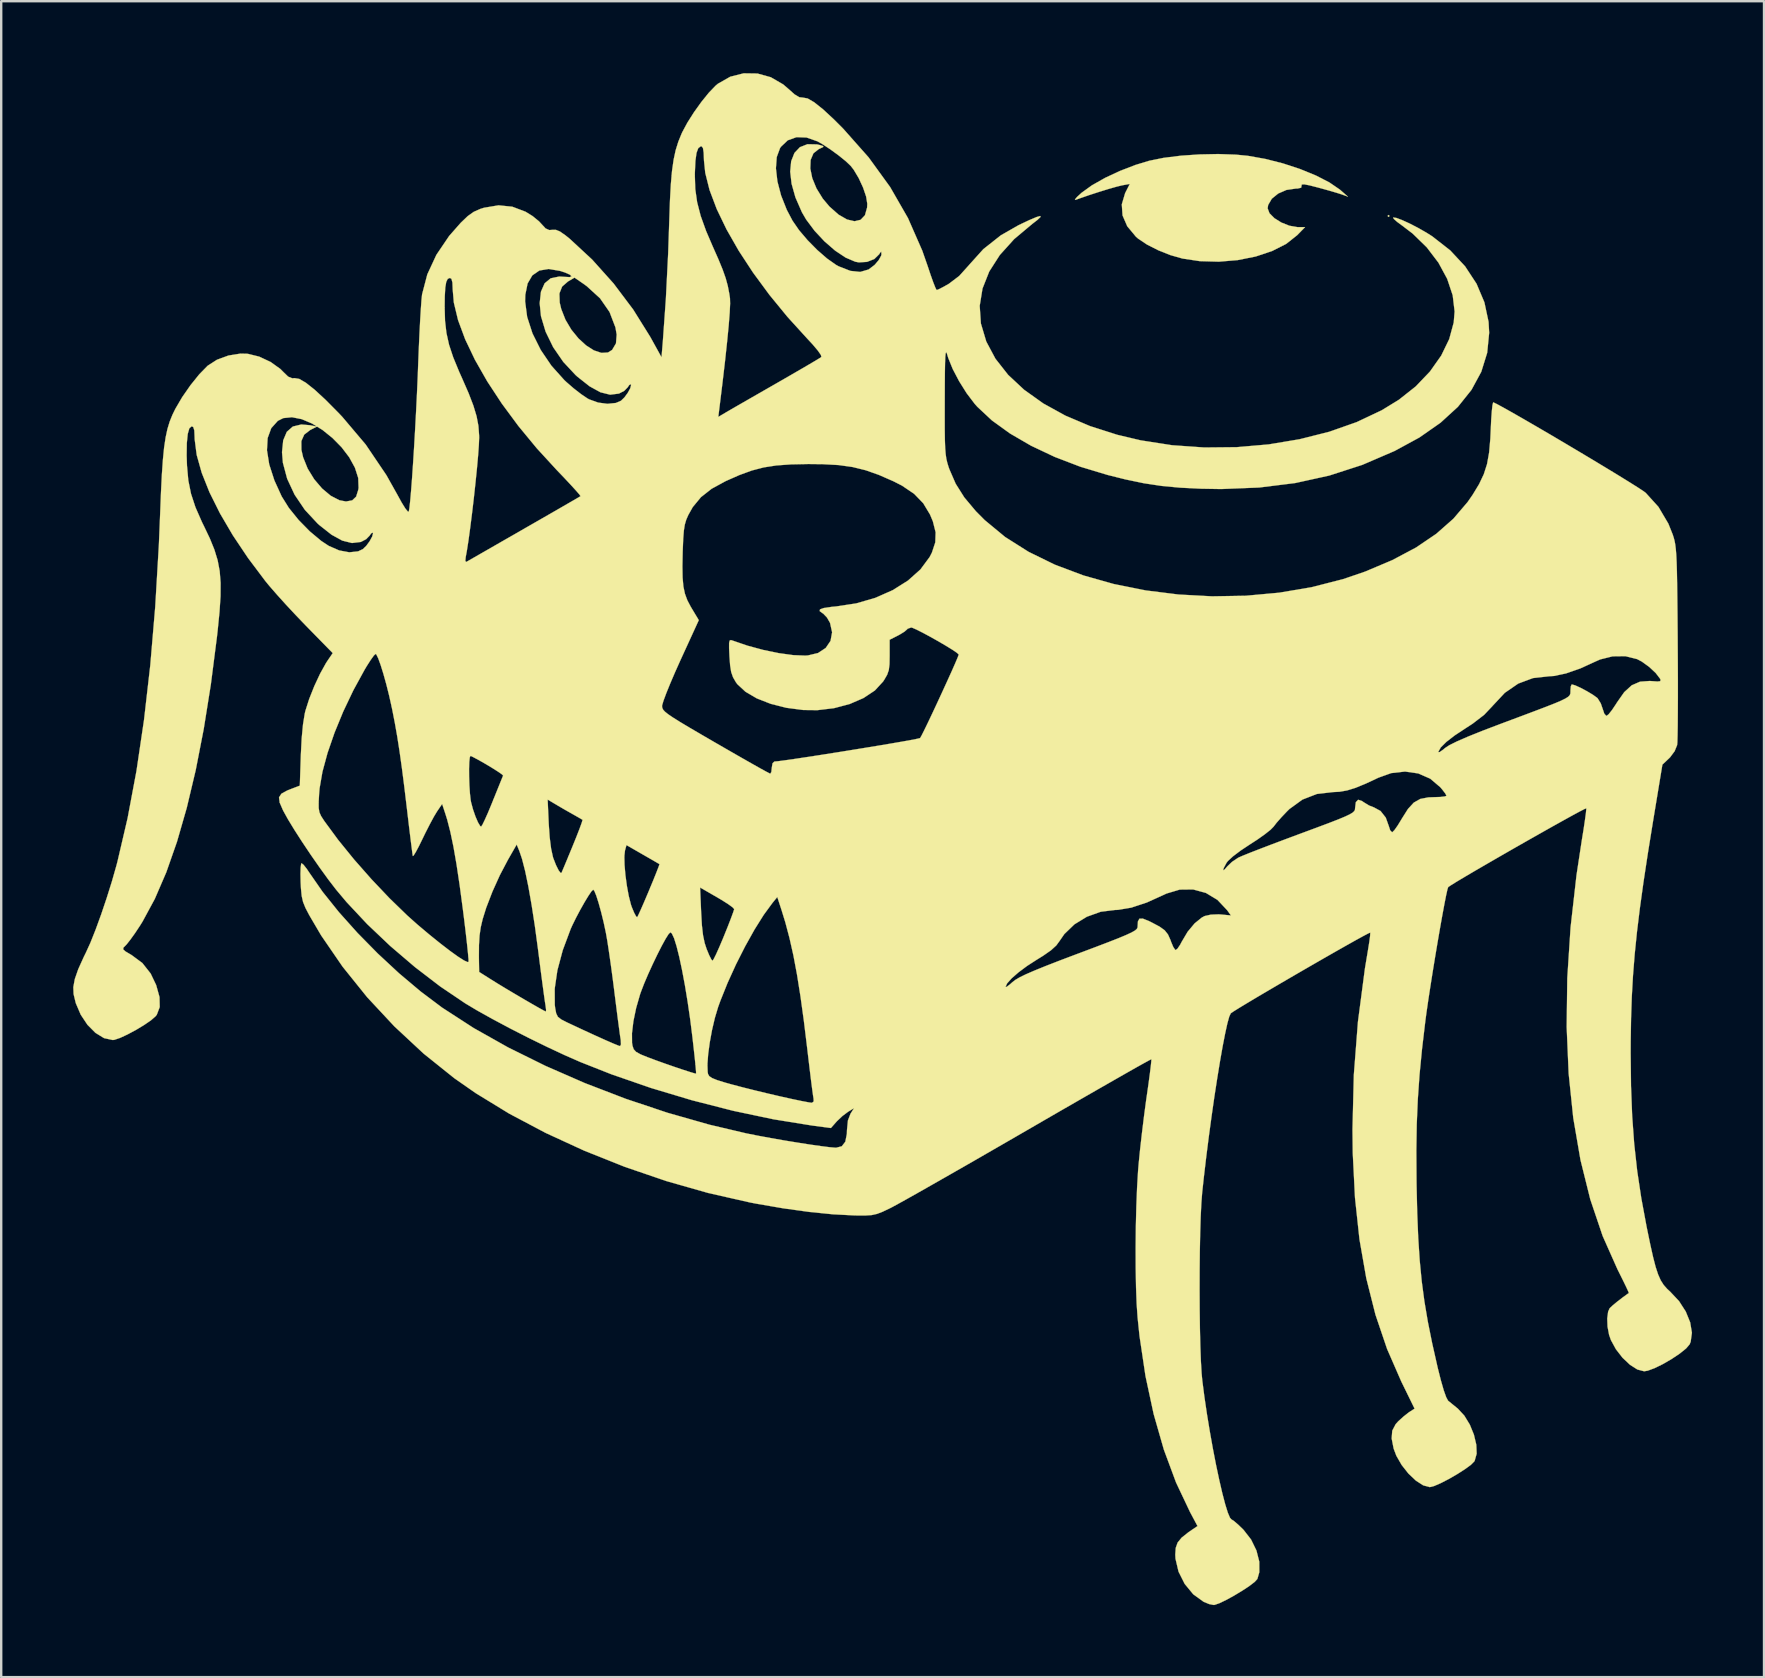
<source format=kicad_pcb>
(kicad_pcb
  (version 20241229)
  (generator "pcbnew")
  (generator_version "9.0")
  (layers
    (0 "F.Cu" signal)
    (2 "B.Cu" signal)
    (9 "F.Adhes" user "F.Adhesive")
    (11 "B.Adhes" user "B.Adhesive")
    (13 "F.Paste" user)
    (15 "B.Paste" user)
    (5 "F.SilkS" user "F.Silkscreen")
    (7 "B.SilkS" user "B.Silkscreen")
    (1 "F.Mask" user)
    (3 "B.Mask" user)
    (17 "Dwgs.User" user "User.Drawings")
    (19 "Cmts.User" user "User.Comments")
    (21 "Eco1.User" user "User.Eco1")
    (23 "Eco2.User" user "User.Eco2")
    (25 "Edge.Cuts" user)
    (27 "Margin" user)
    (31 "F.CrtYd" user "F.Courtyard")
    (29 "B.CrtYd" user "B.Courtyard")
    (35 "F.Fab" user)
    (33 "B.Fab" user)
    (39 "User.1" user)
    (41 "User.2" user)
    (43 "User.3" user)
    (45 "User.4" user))
  (footprint "perry-80mm"
    (layer "F.Cu")
    (at 33.591 31.474)
    (property "Reference" "perry-80mm" (at 0 0 0) (layer "F.SilkS") (effects (font (size 1.524 1.524) (thickness 0.3))))
    (attr through_hole)
    (fp_poly (pts (xy 21.251 -25.527) (xy 21.209 -25.485) (xy 21.167 -25.527) (xy 21.209 -25.569) (xy 21.251 -25.527)) (stroke (width 0.01) (type solid)) (fill yes) (layer "F.SilkS"))
    (fp_poly (pts (xy 14.847 -28.081) (xy 15.349 -28.032) (xy 16.075 -27.903) (xy 16.813 -27.715) (xy 17.527 -27.48) (xy 18.184 -27.211) (xy 18.746 -26.922) (xy 19.178 -26.626) (xy 19.219 -26.591) (xy 19.516 -26.332) (xy 19.262 -26.423) (xy 19.064 -26.486) (xy 18.757 -26.577) (xy 18.398 -26.677) (xy 18.272 -26.711) (xy 17.916 -26.802) (xy 17.697 -26.844) (xy 17.594 -26.838) (xy 17.583 -26.789) (xy 17.568 -26.704) (xy 17.42 -26.67) (xy 17.345 -26.668) (xy 16.956 -26.611) (xy 16.611 -26.461) (xy 16.344 -26.244) (xy 16.193 -25.985) (xy 16.171 -25.844) (xy 16.248 -25.64) (xy 16.451 -25.435) (xy 16.74 -25.254) (xy 17.073 -25.121) (xy 17.411 -25.062) (xy 17.456 -25.061) (xy 17.73 -25.061) (xy 17.402 -24.726) (xy 16.944 -24.363) (xy 16.358 -24.066) (xy 15.675 -23.838) (xy 14.924 -23.688) (xy 14.138 -23.622) (xy 13.346 -23.644) (xy 12.626 -23.752) (xy 12.125 -23.894) (xy 11.616 -24.096) (xy 11.15 -24.332) (xy 10.78 -24.578) (xy 10.682 -24.664) (xy 10.322 -25.097) (xy 10.126 -25.549) (xy 10.095 -26.01) (xy 10.232 -26.474) (xy 10.252 -26.515) (xy 10.428 -26.861) (xy 10.104 -26.802) (xy 9.882 -26.748) (xy 9.548 -26.653) (xy 9.149 -26.53) (xy 8.733 -26.395) (xy 8.346 -26.261) (xy 8.17 -26.197) (xy 8.142 -26.213) (xy 8.227 -26.315) (xy 8.406 -26.48) (xy 8.424 -26.496) (xy 8.847 -26.801) (xy 9.391 -27.11) (xy 10.013 -27.401) (xy 10.667 -27.653) (xy 11.237 -27.826) (xy 11.838 -27.948) (xy 12.552 -28.037) (xy 13.327 -28.09) (xy 14.11 -28.106) (xy 14.847 -28.081)) (stroke (width 0.01) (type solid)) (fill yes) (layer "F.SilkS"))
    (fp_poly (pts (xy -5.086 -31.461) (xy -4.527 -31.306) (xy -4.01 -31.006) (xy -3.801 -30.826) (xy -3.536 -30.591) (xy -3.342 -30.474) (xy -3.189 -30.457) (xy -3.188 -30.457) (xy -2.995 -30.423) (xy -2.718 -30.262) (xy -2.352 -29.97) (xy -1.895 -29.546) (xy -1.509 -29.159) (xy -0.453 -27.968) (xy 0.444 -26.731) (xy 1.187 -25.438) (xy 1.783 -24.08) (xy 2.004 -23.447) (xy 2.132 -23.065) (xy 2.245 -22.749) (xy 2.332 -22.53) (xy 2.382 -22.44) (xy 2.384 -22.439) (xy 2.481 -22.478) (xy 2.678 -22.58) (xy 2.892 -22.702) (xy 3.321 -23.027) (xy 3.721 -23.471) (xy 3.732 -23.485) (xy 4.326 -24.144) (xy 5.052 -24.718) (xy 5.8 -25.146) (xy 6.245 -25.356) (xy 6.544 -25.482) (xy 6.699 -25.525) (xy 6.711 -25.486) (xy 6.582 -25.363) (xy 6.361 -25.192) (xy 5.61 -24.562) (xy 5.013 -23.9) (xy 4.572 -23.212) (xy 4.292 -22.504) (xy 4.175 -21.782) (xy 4.224 -21.052) (xy 4.226 -21.042) (xy 4.449 -20.294) (xy 4.83 -19.58) (xy 5.359 -18.907) (xy 6.027 -18.284) (xy 6.825 -17.715) (xy 7.743 -17.209) (xy 8.772 -16.772) (xy 9.904 -16.41) (xy 10.88 -16.179) (xy 12.19 -15.975) (xy 13.53 -15.881) (xy 14.878 -15.894) (xy 16.21 -16.009) (xy 17.503 -16.225) (xy 18.735 -16.535) (xy 19.883 -16.939) (xy 20.923 -17.431) (xy 21.638 -17.869) (xy 22.341 -18.425) (xy 22.933 -19.045) (xy 23.402 -19.708) (xy 23.736 -20.396) (xy 23.924 -21.089) (xy 23.961 -21.548) (xy 23.881 -22.221) (xy 23.651 -22.908) (xy 23.286 -23.582) (xy 22.801 -24.219) (xy 22.211 -24.794) (xy 21.787 -25.117) (xy 21.565 -25.281) (xy 21.426 -25.405) (xy 21.397 -25.463) (xy 21.399 -25.463) (xy 21.533 -25.445) (xy 21.776 -25.354) (xy 22.091 -25.21) (xy 22.441 -25.029) (xy 22.791 -24.829) (xy 23.029 -24.678) (xy 23.779 -24.092) (xy 24.397 -23.429) (xy 24.874 -22.703) (xy 25.202 -21.928) (xy 25.375 -21.116) (xy 25.4 -20.659) (xy 25.318 -19.827) (xy 25.072 -19.035) (xy 24.664 -18.283) (xy 24.098 -17.575) (xy 23.373 -16.912) (xy 22.494 -16.298) (xy 21.463 -15.737) (xy 20.115 -15.157) (xy 18.739 -14.712) (xy 17.315 -14.399) (xy 15.82 -14.213) (xy 14.236 -14.15) (xy 13.391 -14.164) (xy 12.524 -14.207) (xy 11.756 -14.279) (xy 11.02 -14.39) (xy 10.252 -14.55) (xy 9.5 -14.738) (xy 8.367 -15.08) (xy 7.299 -15.489) (xy 6.316 -15.954) (xy 5.438 -16.464) (xy 4.685 -17.008) (xy 4.077 -17.576) (xy 3.965 -17.702) (xy 3.632 -18.141) (xy 3.317 -18.643) (xy 3.05 -19.152) (xy 2.864 -19.611) (xy 2.834 -19.71) (xy 2.802 -19.813) (xy 2.776 -19.849) (xy 2.756 -19.803) (xy 2.742 -19.661) (xy 2.732 -19.407) (xy 2.725 -19.029) (xy 2.721 -18.51) (xy 2.719 -17.836) (xy 2.719 -17.822) (xy 2.718 -17.136) (xy 2.719 -16.595) (xy 2.725 -16.176) (xy 2.737 -15.854) (xy 2.757 -15.608) (xy 2.785 -15.411) (xy 2.825 -15.242) (xy 2.876 -15.075) (xy 2.911 -14.976) (xy 3.174 -14.371) (xy 3.534 -13.8) (xy 4.015 -13.226) (xy 4.384 -12.855) (xy 5.233 -12.153) (xy 6.213 -11.533) (xy 7.307 -10.998) (xy 8.497 -10.55) (xy 9.764 -10.192) (xy 11.092 -9.926) (xy 12.462 -9.755) (xy 13.856 -9.68) (xy 15.257 -9.704) (xy 16.647 -9.831) (xy 18.008 -10.061) (xy 19.321 -10.398) (xy 20.233 -10.71) (xy 21.372 -11.192) (xy 22.355 -11.714) (xy 23.197 -12.285) (xy 23.908 -12.912) (xy 24.5 -13.605) (xy 24.71 -13.908) (xy 24.98 -14.353) (xy 25.176 -14.766) (xy 25.312 -15.19) (xy 25.398 -15.67) (xy 25.449 -16.25) (xy 25.466 -16.619) (xy 25.485 -17.039) (xy 25.51 -17.388) (xy 25.537 -17.637) (xy 25.565 -17.756) (xy 25.573 -17.762) (xy 25.723 -17.69) (xy 25.998 -17.541) (xy 26.377 -17.328) (xy 26.841 -17.062) (xy 27.371 -16.755) (xy 27.946 -16.419) (xy 28.547 -16.064) (xy 29.154 -15.703) (xy 29.748 -15.348) (xy 30.309 -15.009) (xy 30.817 -14.7) (xy 31.254 -14.43) (xy 31.598 -14.213) (xy 31.831 -14.06) (xy 31.923 -13.991) (xy 32.453 -13.406) (xy 32.865 -12.709) (xy 33.047 -12.255) (xy 33.089 -12.125) (xy 33.124 -11.992) (xy 33.153 -11.839) (xy 33.176 -11.651) (xy 33.195 -11.411) (xy 33.21 -11.104) (xy 33.222 -10.712) (xy 33.231 -10.219) (xy 33.239 -9.61) (xy 33.247 -8.868) (xy 33.254 -7.976) (xy 33.255 -7.747) (xy 33.26 -6.932) (xy 33.263 -6.161) (xy 33.263 -5.453) (xy 33.26 -4.824) (xy 33.256 -4.295) (xy 33.249 -3.882) (xy 33.241 -3.603) (xy 33.231 -3.483) (xy 33.127 -3.227) (xy 32.934 -2.969) (xy 32.897 -2.933) (xy 32.617 -2.667) (xy 32.225 -0.296) (xy 32.01 1.036) (xy 31.829 2.229) (xy 31.679 3.309) (xy 31.558 4.3) (xy 31.463 5.23) (xy 31.392 6.124) (xy 31.342 7.007) (xy 31.312 7.907) (xy 31.297 8.848) (xy 31.295 9.356) (xy 31.31 10.725) (xy 31.358 11.971) (xy 31.443 13.136) (xy 31.568 14.264) (xy 31.739 15.399) (xy 31.959 16.583) (xy 31.97 16.637) (xy 32.11 17.314) (xy 32.229 17.847) (xy 32.336 18.26) (xy 32.44 18.575) (xy 32.548 18.817) (xy 32.669 19.008) (xy 32.813 19.171) (xy 32.944 19.292) (xy 33.311 19.683) (xy 33.592 20.12) (xy 33.775 20.57) (xy 33.847 21.001) (xy 33.795 21.379) (xy 33.751 21.484) (xy 33.604 21.656) (xy 33.343 21.866) (xy 33.011 22.089) (xy 32.649 22.3) (xy 32.3 22.472) (xy 32.007 22.581) (xy 31.857 22.606) (xy 31.575 22.532) (xy 31.264 22.333) (xy 30.955 22.041) (xy 30.681 21.688) (xy 30.473 21.307) (xy 30.397 21.092) (xy 30.332 20.747) (xy 30.319 20.405) (xy 30.356 20.123) (xy 30.419 19.981) (xy 30.532 19.874) (xy 30.729 19.71) (xy 30.957 19.534) (xy 31.16 19.386) (xy 31.22 19.347) (xy 31.191 19.271) (xy 31.1 19.074) (xy 30.958 18.783) (xy 30.781 18.427) (xy 30.75 18.367) (xy 30.128 16.968) (xy 29.613 15.444) (xy 29.205 13.803) (xy 28.904 12.054) (xy 28.712 10.202) (xy 28.629 8.256) (xy 28.655 6.223) (xy 28.792 4.112) (xy 29.04 1.929) (xy 29.261 0.476) (xy 29.333 0.033) (xy 29.39 -0.351) (xy 29.43 -0.645) (xy 29.447 -0.817) (xy 29.446 -0.848) (xy 29.372 -0.819) (xy 29.17 -0.715) (xy 28.861 -0.548) (xy 28.463 -0.328) (xy 27.995 -0.067) (xy 27.476 0.226) (xy 26.927 0.537) (xy 26.364 0.858) (xy 25.809 1.177) (xy 25.28 1.483) (xy 24.796 1.764) (xy 24.377 2.011) (xy 24.04 2.212) (xy 23.807 2.357) (xy 23.695 2.433) (xy 23.692 2.436) (xy 23.66 2.536) (xy 23.606 2.78) (xy 23.534 3.146) (xy 23.448 3.609) (xy 23.352 4.148) (xy 23.25 4.738) (xy 23.146 5.357) (xy 23.044 5.982) (xy 22.948 6.59) (xy 22.861 7.157) (xy 22.788 7.661) (xy 22.741 8.013) (xy 22.603 9.178) (xy 22.499 10.25) (xy 22.427 11.279) (xy 22.383 12.314) (xy 22.366 13.407) (xy 22.373 14.608) (xy 22.376 14.859) (xy 22.403 16.023) (xy 22.445 17.053) (xy 22.506 17.985) (xy 22.59 18.853) (xy 22.702 19.693) (xy 22.845 20.54) (xy 23.024 21.43) (xy 23.242 22.397) (xy 23.258 22.467) (xy 23.389 22.986) (xy 23.508 23.4) (xy 23.611 23.688) (xy 23.689 23.832) (xy 23.695 23.836) (xy 23.853 23.965) (xy 24.059 24.133) (xy 24.092 24.159) (xy 24.366 24.454) (xy 24.595 24.83) (xy 24.765 25.247) (xy 24.864 25.665) (xy 24.879 26.041) (xy 24.796 26.336) (xy 24.78 26.362) (xy 24.639 26.504) (xy 24.387 26.688) (xy 24.068 26.892) (xy 23.72 27.093) (xy 23.387 27.265) (xy 23.109 27.386) (xy 22.926 27.432) (xy 22.926 27.432) (xy 22.651 27.358) (xy 22.344 27.159) (xy 22.035 26.866) (xy 21.755 26.511) (xy 21.533 26.125) (xy 21.42 25.826) (xy 21.338 25.405) (xy 21.363 25.08) (xy 21.503 24.811) (xy 21.611 24.691) (xy 21.831 24.492) (xy 22.041 24.326) (xy 22.09 24.293) (xy 22.293 24.163) (xy 21.736 23.025) (xy 21.148 21.678) (xy 20.664 20.251) (xy 20.281 18.732) (xy 19.997 17.11) (xy 19.81 15.373) (xy 19.717 13.511) (xy 19.706 12.531) (xy 19.762 10.258) (xy 19.933 8.044) (xy 20.225 5.82) (xy 20.355 5.038) (xy 20.406 4.721) (xy 20.439 4.475) (xy 20.447 4.342) (xy 20.444 4.33) (xy 20.366 4.363) (xy 20.161 4.471) (xy 19.849 4.642) (xy 19.448 4.867) (xy 18.977 5.134) (xy 18.456 5.432) (xy 17.904 5.75) (xy 17.339 6.077) (xy 16.781 6.402) (xy 16.249 6.714) (xy 15.761 7.001) (xy 15.338 7.254) (xy 14.997 7.46) (xy 14.758 7.609) (xy 14.641 7.689) (xy 14.635 7.694) (xy 14.572 7.828) (xy 14.493 8.113) (xy 14.401 8.531) (xy 14.297 9.063) (xy 14.186 9.693) (xy 14.07 10.402) (xy 13.951 11.173) (xy 13.834 11.988) (xy 13.72 12.829) (xy 13.612 13.679) (xy 13.513 14.519) (xy 13.444 15.155) (xy 13.41 15.593) (xy 13.382 16.165) (xy 13.361 16.842) (xy 13.346 17.596) (xy 13.338 18.4) (xy 13.336 19.226) (xy 13.34 20.044) (xy 13.35 20.828) (xy 13.367 21.548) (xy 13.39 22.178) (xy 13.42 22.689) (xy 13.448 22.987) (xy 13.537 23.676) (xy 13.643 24.392) (xy 13.762 25.115) (xy 13.889 25.826) (xy 14.021 26.505) (xy 14.154 27.13) (xy 14.282 27.684) (xy 14.403 28.145) (xy 14.511 28.494) (xy 14.603 28.71) (xy 14.66 28.774) (xy 14.775 28.85) (xy 14.963 29.013) (xy 15.164 29.208) (xy 15.481 29.615) (xy 15.704 30.072) (xy 15.823 30.539) (xy 15.824 30.976) (xy 15.743 31.259) (xy 15.632 31.381) (xy 15.408 31.552) (xy 15.11 31.749) (xy 14.777 31.95) (xy 14.448 32.131) (xy 14.163 32.268) (xy 13.961 32.338) (xy 13.922 32.342) (xy 13.733 32.304) (xy 13.507 32.211) (xy 13.504 32.21) (xy 13.071 31.896) (xy 12.714 31.463) (xy 12.459 30.955) (xy 12.332 30.415) (xy 12.323 30.247) (xy 12.342 29.965) (xy 12.421 29.742) (xy 12.587 29.538) (xy 12.867 29.315) (xy 13.04 29.196) (xy 13.25 29.055) (xy 12.941 28.477) (xy 12.356 27.242) (xy 11.848 25.873) (xy 11.422 24.387) (xy 11.082 22.805) (xy 10.834 21.143) (xy 10.753 20.362) (xy 10.714 19.794) (xy 10.688 19.094) (xy 10.674 18.3) (xy 10.672 17.452) (xy 10.68 16.585) (xy 10.701 15.738) (xy 10.732 14.949) (xy 10.773 14.256) (xy 10.797 13.97) (xy 10.857 13.366) (xy 10.936 12.669) (xy 11.024 11.954) (xy 11.112 11.294) (xy 11.14 11.103) (xy 11.208 10.626) (xy 11.264 10.21) (xy 11.304 9.883) (xy 11.326 9.672) (xy 11.327 9.605) (xy 11.251 9.642) (xy 11.04 9.757) (xy 10.706 9.943) (xy 10.262 10.195) (xy 9.719 10.505) (xy 9.088 10.866) (xy 8.381 11.272) (xy 7.611 11.715) (xy 6.789 12.19) (xy 6.178 12.544) (xy 5.306 13.048) (xy 4.463 13.534) (xy 3.662 13.995) (xy 2.917 14.421) (xy 2.242 14.806) (xy 1.65 15.142) (xy 1.155 15.421) (xy 0.771 15.634) (xy 0.512 15.775) (xy 0.423 15.82) (xy 0.126 15.961) (xy -0.104 16.049) (xy -0.322 16.098) (xy -0.583 16.115) (xy -0.943 16.114) (xy -1.072 16.111) (xy -1.937 16.066) (xy -2.925 15.967) (xy -4.002 15.818) (xy -5.133 15.623) (xy -5.393 15.573) (xy -7.135 15.178) (xy -8.883 14.68) (xy -10.612 14.089) (xy -12.296 13.417) (xy -13.909 12.675) (xy -15.426 11.872) (xy -16.819 11.02) (xy -17.714 10.396) (xy -18.994 9.37) (xy -20.212 8.236) (xy -21.345 7.021) (xy -22.368 5.749) (xy -23.261 4.448) (xy -23.758 3.601) (xy -23.916 3.299) (xy -24.015 3.053) (xy -24.072 2.802) (xy -24.103 2.482) (xy -24.116 2.225) (xy -24.123 1.884) (xy -24.115 1.618) (xy -24.094 1.463) (xy -24.077 1.439) (xy -23.994 1.505) (xy -23.86 1.675) (xy -23.756 1.83) (xy -23.201 2.63) (xy -22.521 3.478) (xy -21.745 4.345) (xy -20.9 5.204) (xy -20.015 6.026) (xy -19.116 6.783) (xy -18.231 7.448) (xy -18.203 7.467) (xy -16.907 8.306) (xy -15.469 9.115) (xy -13.915 9.883) (xy -12.274 10.6) (xy -10.57 11.255) (xy -8.832 11.836) (xy -7.085 12.333) (xy -5.546 12.695) (xy -5.08 12.788) (xy -4.549 12.886) (xy -3.988 12.985) (xy -3.426 13.077) (xy -2.897 13.16) (xy -2.433 13.226) (xy -2.066 13.272) (xy -1.828 13.292) (xy -1.805 13.292) (xy -1.571 13.232) (xy -1.424 13.042) (xy -1.359 12.713) (xy -1.355 12.564) (xy -1.315 12.156) (xy -1.206 11.872) (xy -1.058 11.642) (xy -1.312 11.797) (xy -1.543 11.97) (xy -1.772 12.187) (xy -1.795 12.212) (xy -2.023 12.471) (xy -2.811 12.367) (xy -4.414 12.108) (xy -6.098 11.753) (xy -7.817 11.313) (xy -9.522 10.802) (xy -11.167 10.233) (xy -12.461 9.722) (xy -13.119 9.433) (xy -13.854 9.089) (xy -14.626 8.711) (xy -15.396 8.318) (xy -16.123 7.93) (xy -16.77 7.569) (xy -17.257 7.278) (xy -18.301 6.573) (xy -19.355 5.765) (xy -20.382 4.888) (xy -21.344 3.975) (xy -22.202 3.059) (xy -22.638 2.54) (xy -22.961 2.12) (xy -23.318 1.627) (xy -23.688 1.096) (xy -24.047 0.56) (xy -24.374 0.052) (xy -24.645 -0.393) (xy -24.838 -0.742) (xy -24.856 -0.778) (xy -24.991 -1.091) (xy -24.992 -1.104) (xy -23.365 -1.104) (xy -23.364 -0.857) (xy -23.333 -0.68) (xy -23.263 -0.524) (xy -23.144 -0.339) (xy -23.118 -0.302) (xy -22.555 0.464) (xy -21.891 1.282) (xy -21.163 2.108) (xy -20.412 2.9) (xy -19.676 3.614) (xy -19.255 3.99) (xy -18.759 4.408) (xy -18.3 4.778) (xy -17.895 5.09) (xy -17.558 5.332) (xy -17.307 5.491) (xy -17.156 5.558) (xy -17.119 5.545) (xy -17.122 5.432) (xy -17.13 5.345) (xy -16.689 5.345) (xy -16.687 5.504) (xy -16.679 5.969) (xy -16.15 6.303) (xy -15.882 6.469) (xy -15.551 6.67) (xy -15.186 6.887) (xy -14.817 7.104) (xy -14.474 7.303) (xy -14.187 7.467) (xy -13.985 7.578) (xy -13.899 7.62) (xy -13.898 7.62) (xy -13.89 7.547) (xy -13.913 7.37) (xy -13.917 7.345) (xy -13.942 7.185) (xy -13.984 6.884) (xy -14.013 6.664) (xy -13.531 6.664) (xy -13.528 7.339) (xy -13.511 7.477) (xy -13.47 7.694) (xy -13.4 7.836) (xy -13.26 7.947) (xy -13.012 8.074) (xy -12.971 8.093) (xy -12.377 8.371) (xy -11.853 8.612) (xy -11.416 8.809) (xy -11.083 8.954) (xy -10.873 9.039) (xy -10.807 9.059) (xy -10.771 8.987) (xy -10.779 8.81) (xy -10.783 8.784) (xy -10.809 8.618) (xy -10.822 8.522) (xy -10.312 8.522) (xy -10.309 8.924) (xy -10.29 9.044) (xy -10.24 9.19) (xy -10.139 9.3) (xy -9.95 9.404) (xy -9.668 9.519) (xy -9.314 9.651) (xy -8.926 9.79) (xy -8.537 9.925) (xy -8.181 10.045) (xy -7.891 10.138) (xy -7.7 10.195) (xy -7.64 10.205) (xy -7.643 10.119) (xy -7.662 9.893) (xy -7.669 9.823) (xy -7.169 9.823) (xy -7.158 10.14) (xy -7.143 10.221) (xy -7.094 10.308) (xy -6.978 10.388) (xy -6.768 10.474) (xy -6.437 10.577) (xy -6.152 10.657) (xy -5.696 10.777) (xy -5.185 10.905) (xy -4.651 11.034) (xy -4.126 11.156) (xy -3.645 11.263) (xy -3.238 11.348) (xy -2.94 11.404) (xy -2.814 11.421) (xy -2.741 11.362) (xy -2.748 11.239) (xy -2.77 11.102) (xy -2.808 10.823) (xy -2.858 10.431) (xy -2.916 9.952) (xy -2.98 9.415) (xy -3.007 9.186) (xy -3.15 8.012) (xy -3.292 6.984) (xy -3.354 6.596) (xy 5.249 6.596) (xy 5.303 6.586) (xy 5.44 6.482) (xy 5.538 6.394) (xy 5.659 6.3) (xy 5.842 6.192) (xy 6.103 6.065) (xy 6.458 5.911) (xy 6.923 5.722) (xy 7.515 5.492) (xy 8.25 5.214) (xy 8.289 5.2) (xy 8.985 4.938) (xy 9.538 4.727) (xy 9.964 4.56) (xy 10.279 4.428) (xy 10.499 4.326) (xy 10.64 4.246) (xy 10.718 4.18) (xy 10.749 4.122) (xy 10.753 4.093) (xy 10.767 3.862) (xy 10.831 3.749) (xy 10.971 3.747) (xy 11.217 3.845) (xy 11.342 3.907) (xy 11.67 4.081) (xy 11.882 4.234) (xy 12.019 4.407) (xy 12.124 4.64) (xy 12.15 4.716) (xy 12.237 4.924) (xy 12.318 5.046) (xy 12.335 5.057) (xy 12.412 5.003) (xy 12.525 4.837) (xy 12.592 4.71) (xy 12.838 4.295) (xy 13.13 3.945) (xy 13.432 3.7) (xy 13.547 3.64) (xy 13.803 3.582) (xy 14.126 3.569) (xy 14.222 3.575) (xy 14.641 3.615) (xy 14.483 3.395) (xy 14.08 2.967) (xy 13.599 2.677) (xy 13.066 2.532) (xy 12.509 2.538) (xy 11.955 2.703) (xy 11.865 2.746) (xy 11.137 3.076) (xy 10.488 3.29) (xy 9.933 3.383) (xy 9.812 3.387) (xy 9.218 3.461) (xy 8.641 3.668) (xy 8.122 3.985) (xy 7.7 4.392) (xy 7.513 4.664) (xy 7.367 4.864) (xy 7.144 5.067) (xy 6.814 5.297) (xy 6.552 5.459) (xy 6.149 5.719) (xy 5.791 5.986) (xy 5.505 6.236) (xy 5.316 6.448) (xy 5.249 6.596) (xy -3.354 6.596) (xy -3.436 6.081) (xy -3.586 5.282) (xy -3.748 4.562) (xy -3.923 3.902) (xy -4.08 3.392) (xy -4.258 2.847) (xy -4.461 3.096) (xy -4.82 3.586) (xy -5.206 4.201) (xy -5.599 4.905) (xy -5.981 5.66) (xy -6.331 6.429) (xy -6.63 7.174) (xy -6.724 7.434) (xy -6.859 7.885) (xy -6.977 8.389) (xy -7.072 8.908) (xy -7.138 9.399) (xy -7.169 9.823) (xy -7.669 9.823) (xy -7.696 9.553) (xy -7.743 9.127) (xy -7.79 8.713) (xy -7.885 7.953) (xy -7.992 7.218) (xy -8.106 6.526) (xy -8.224 5.897) (xy -8.341 5.347) (xy -8.454 4.897) (xy -8.558 4.564) (xy -8.651 4.366) (xy -8.711 4.318) (xy -8.786 4.391) (xy -8.912 4.591) (xy -9.075 4.888) (xy -9.26 5.253) (xy -9.454 5.657) (xy -9.642 6.07) (xy -9.809 6.462) (xy -9.941 6.806) (xy -9.974 6.9) (xy -10.138 7.469) (xy -10.253 8.024) (xy -10.312 8.522) (xy -10.822 8.522) (xy -10.85 8.313) (xy -10.905 7.901) (xy -10.967 7.412) (xy -11.035 6.876) (xy -11.047 6.773) (xy -11.121 6.197) (xy -11.198 5.629) (xy -11.273 5.109) (xy -11.339 4.676) (xy -11.393 4.37) (xy -11.394 4.36) (xy -11.49 3.909) (xy -11.596 3.477) (xy -11.702 3.094) (xy -11.799 2.79) (xy -11.879 2.596) (xy -11.926 2.54) (xy -11.999 2.61) (xy -12.126 2.797) (xy -12.29 3.067) (xy -12.47 3.386) (xy -12.646 3.718) (xy -12.799 4.029) (xy -12.867 4.181) (xy -13.196 5.063) (xy -13.419 5.898) (xy -13.531 6.664) (xy -14.013 6.664) (xy -14.04 6.469) (xy -14.106 5.968) (xy -14.178 5.407) (xy -14.225 5.038) (xy -14.356 4.064) (xy -14.492 3.184) (xy -14.628 2.412) (xy -14.762 1.766) (xy -14.892 1.26) (xy -14.999 0.944) (xy -15.115 0.66) (xy -15.477 1.292) (xy -15.815 1.934) (xy -16.126 2.622) (xy -16.384 3.291) (xy -16.533 3.768) (xy -16.613 4.109) (xy -16.662 4.451) (xy -16.686 4.846) (xy -16.689 5.345) (xy -17.13 5.345) (xy -17.145 5.177) (xy -17.184 4.802) (xy -17.237 4.333) (xy -17.302 3.793) (xy -17.354 3.381) (xy -17.491 2.355) (xy -17.622 1.483) (xy -17.75 0.748) (xy -17.879 0.133) (xy -18.01 -0.377) (xy -18.086 -0.62) (xy -18.221 -1.029) (xy -18.435 -0.715) (xy -18.563 -0.503) (xy -18.734 -0.186) (xy -18.922 0.183) (xy -19.033 0.412) (xy -19.191 0.734) (xy -19.322 0.98) (xy -19.412 1.122) (xy -19.442 1.141) (xy -19.459 1.036) (xy -19.491 0.788) (xy -19.537 0.423) (xy -19.593 -0.034) (xy -19.655 -0.559) (xy -19.684 -0.804) (xy -19.796 -1.737) (xy -19.893 -2.495) (xy -17.099 -2.495) (xy -17.097 -2.156) (xy -17.085 -1.8) (xy -17.063 -1.467) (xy -17.032 -1.194) (xy -17.015 -1.101) (xy -16.935 -0.803) (xy -16.833 -0.509) (xy -16.728 -0.265) (xy -16.637 -0.113) (xy -16.597 -0.085) (xy -16.546 -0.159) (xy -16.447 -0.361) (xy -16.312 -0.663) (xy -16.157 -1.036) (xy -16.123 -1.12) (xy -16.085 -1.214) (xy -13.825 -1.214) (xy -13.78 -0.205) (xy -13.741 0.357) (xy -13.681 0.832) (xy -13.604 1.183) (xy -13.59 1.228) (xy -13.477 1.517) (xy -13.369 1.734) (xy -13.285 1.844) (xy -13.251 1.844) (xy -13.215 1.761) (xy -13.126 1.551) (xy -12.997 1.242) (xy -12.96 1.152) (xy -10.63 1.152) (xy -10.622 1.508) (xy -10.585 1.934) (xy -10.524 2.382) (xy -10.446 2.806) (xy -10.356 3.159) (xy -10.323 3.258) (xy -10.222 3.501) (xy -10.138 3.656) (xy -10.096 3.689) (xy -10.047 3.597) (xy -9.947 3.379) (xy -9.809 3.064) (xy -9.647 2.683) (xy -9.598 2.566) (xy -9.55 2.45) (xy -7.474 2.45) (xy -7.43 3.49) (xy -7.399 4.026) (xy -7.352 4.438) (xy -7.283 4.767) (xy -7.201 5.016) (xy -7.095 5.271) (xy -7.005 5.448) (xy -6.957 5.503) (xy -6.906 5.429) (xy -6.805 5.227) (xy -6.67 4.925) (xy -6.512 4.553) (xy -6.477 4.466) (xy -6.319 4.075) (xy -6.189 3.739) (xy -6.097 3.489) (xy -6.055 3.358) (xy -6.054 3.349) (xy -6.122 3.275) (xy -6.307 3.141) (xy -6.577 2.97) (xy -6.764 2.86) (xy -7.474 2.45) (xy -9.55 2.45) (xy -9.436 2.176) (xy -9.303 1.846) (xy -9.26 1.736) (xy 14.316 1.736) (xy 14.377 1.702) (xy 14.486 1.575) (xy 14.684 1.385) (xy 14.937 1.215) (xy 14.973 1.196) (xy 15.132 1.127) (xy 15.426 1.008) (xy 15.832 0.85) (xy 16.326 0.661) (xy 16.884 0.451) (xy 17.482 0.228) (xy 17.547 0.204) (xy 18.207 -0.041) (xy 18.725 -0.235) (xy 19.118 -0.388) (xy 19.403 -0.507) (xy 19.598 -0.6) (xy 19.719 -0.674) (xy 19.784 -0.738) (xy 19.81 -0.8) (xy 19.813 -0.846) (xy 19.845 -1.103) (xy 19.94 -1.205) (xy 20.102 -1.153) (xy 20.164 -1.108) (xy 20.395 -0.967) (xy 20.603 -0.885) (xy 20.876 -0.736) (xy 21.092 -0.462) (xy 21.217 -0.115) (xy 21.277 0.069) (xy 21.353 0.146) (xy 21.367 0.145) (xy 21.453 0.06) (xy 21.59 -0.134) (xy 21.75 -0.396) (xy 21.763 -0.419) (xy 22.017 -0.821) (xy 22.26 -1.086) (xy 22.531 -1.239) (xy 22.867 -1.304) (xy 23.091 -1.312) (xy 23.366 -1.321) (xy 23.558 -1.344) (xy 23.622 -1.373) (xy 23.571 -1.467) (xy 23.441 -1.637) (xy 23.364 -1.727) (xy 22.946 -2.082) (xy 22.447 -2.301) (xy 21.896 -2.38) (xy 21.319 -2.315) (xy 20.786 -2.124) (xy 20.254 -1.875) (xy 19.831 -1.701) (xy 19.481 -1.593) (xy 19.167 -1.538) (xy 18.889 -1.524) (xy 18.222 -1.446) (xy 17.62 -1.212) (xy 17.082 -0.822) (xy 16.984 -0.726) (xy 16.747 -0.477) (xy 16.542 -0.244) (xy 16.416 -0.081) (xy 16.291 0.046) (xy 16.055 0.233) (xy 15.745 0.453) (xy 15.442 0.649) (xy 15.048 0.91) (xy 14.73 1.15) (xy 14.517 1.346) (xy 14.457 1.424) (xy 14.342 1.64) (xy 14.316 1.736) (xy -9.26 1.736) (xy -9.21 1.607) (xy -9.168 1.486) (xy -9.167 1.477) (xy -9.244 1.432) (xy -9.434 1.321) (xy -9.704 1.166) (xy -9.864 1.074) (xy -10.541 0.684) (xy -10.604 0.914) (xy -10.63 1.152) (xy -12.96 1.152) (xy -12.841 0.864) (xy -12.788 0.736) (xy -12.629 0.343) (xy -12.499 0.01) (xy -12.41 -0.234) (xy -12.372 -0.36) (xy -12.373 -0.37) (xy -12.458 -0.421) (xy -12.645 -0.528) (xy -12.827 -0.631) (xy -13.125 -0.8) (xy -13.413 -0.968) (xy -13.538 -1.042) (xy -13.825 -1.214) (xy -16.085 -1.214) (xy -15.966 -1.509) (xy -15.832 -1.84) (xy -15.734 -2.083) (xy -15.683 -2.205) (xy -15.68 -2.212) (xy -15.739 -2.27) (xy -15.908 -2.386) (xy -16.15 -2.539) (xy -16.427 -2.705) (xy -16.701 -2.861) (xy -16.934 -2.985) (xy -17.037 -3.034) (xy -17.069 -2.972) (xy -17.09 -2.78) (xy -17.099 -2.495) (xy -19.893 -2.495) (xy -19.898 -2.532) (xy -19.995 -3.221) (xy -20.091 -3.837) (xy -20.192 -4.409) (xy -20.302 -4.971) (xy -20.325 -5.08) (xy -20.331 -5.108) (xy -9.059 -5.108) (xy -9.05 -5.035) (xy -9.016 -4.961) (xy -8.94 -4.876) (xy -8.807 -4.769) (xy -8.601 -4.629) (xy -8.309 -4.446) (xy -7.913 -4.209) (xy -7.399 -3.908) (xy -6.836 -3.581) (xy -6.279 -3.26) (xy -5.769 -2.967) (xy -5.324 -2.714) (xy -4.964 -2.511) (xy -4.705 -2.369) (xy -4.568 -2.297) (xy -4.551 -2.29) (xy -4.506 -2.361) (xy -4.487 -2.536) (xy -4.487 -2.54) (xy -4.456 -2.725) (xy -4.381 -2.796) (xy -4.229 -2.81) (xy -3.94 -2.848) (xy -3.54 -2.905) (xy -3.05 -2.979) (xy -2.495 -3.064) (xy -1.896 -3.159) (xy -1.715 -3.187) (xy 23.284 -3.187) (xy 23.339 -3.193) (xy 23.479 -3.29) (xy 23.563 -3.361) (xy 23.743 -3.479) (xy 24.061 -3.637) (xy 24.521 -3.837) (xy 25.131 -4.082) (xy 25.896 -4.373) (xy 25.955 -4.395) (xy 26.699 -4.673) (xy 27.3 -4.899) (xy 27.773 -5.079) (xy 28.134 -5.221) (xy 28.397 -5.333) (xy 28.578 -5.422) (xy 28.693 -5.495) (xy 28.755 -5.56) (xy 28.782 -5.623) (xy 28.787 -5.692) (xy 28.787 -5.753) (xy 28.802 -5.933) (xy 28.841 -6.011) (xy 28.842 -6.011) (xy 28.986 -5.97) (xy 29.218 -5.864) (xy 29.482 -5.723) (xy 29.726 -5.576) (xy 29.896 -5.453) (xy 29.921 -5.429) (xy 30.05 -5.22) (xy 30.134 -4.978) (xy 30.198 -4.789) (xy 30.28 -4.7) (xy 30.289 -4.699) (xy 30.378 -4.767) (xy 30.52 -4.946) (xy 30.69 -5.2) (xy 30.719 -5.249) (xy 31.027 -5.688) (xy 31.341 -5.974) (xy 31.686 -6.124) (xy 32.088 -6.153) (xy 32.152 -6.149) (xy 32.406 -6.131) (xy 32.526 -6.144) (xy 32.542 -6.198) (xy 32.519 -6.25) (xy 32.338 -6.486) (xy 32.066 -6.74) (xy 31.763 -6.959) (xy 31.562 -7.065) (xy 31.076 -7.186) (xy 30.543 -7.18) (xy 30.025 -7.051) (xy 29.857 -6.977) (xy 29.196 -6.675) (xy 28.602 -6.468) (xy 28.099 -6.362) (xy 27.903 -6.35) (xy 27.226 -6.274) (xy 26.611 -6.045) (xy 26.051 -5.659) (xy 25.539 -5.112) (xy 25.531 -5.101) (xy 25.189 -4.741) (xy 24.713 -4.375) (xy 24.426 -4.189) (xy 23.969 -3.888) (xy 23.616 -3.615) (xy 23.383 -3.384) (xy 23.286 -3.209) (xy 23.284 -3.187) (xy -1.715 -3.187) (xy -1.276 -3.258) (xy -0.66 -3.358) (xy -0.07 -3.455) (xy 0.472 -3.546) (xy 0.941 -3.627) (xy 1.316 -3.695) (xy 1.573 -3.745) (xy 1.688 -3.773) (xy 1.692 -3.776) (xy 1.748 -3.872) (xy 1.86 -4.094) (xy 2.016 -4.415) (xy 2.202 -4.807) (xy 2.406 -5.243) (xy 2.615 -5.695) (xy 2.817 -6.137) (xy 3 -6.54) (xy 3.149 -6.878) (xy 3.253 -7.123) (xy 3.3 -7.247) (xy 3.301 -7.255) (xy 3.231 -7.323) (xy 3.045 -7.45) (xy 2.775 -7.616) (xy 2.457 -7.803) (xy 2.123 -7.991) (xy 1.807 -8.161) (xy 1.544 -8.294) (xy 1.367 -8.371) (xy 1.319 -8.382) (xy 1.174 -8.33) (xy 1.142 -8.296) (xy 1.039 -8.207) (xy 0.842 -8.086) (xy 0.756 -8.04) (xy 0.423 -7.871) (xy 0.423 -7.205) (xy 0.417 -6.853) (xy 0.388 -6.609) (xy 0.32 -6.413) (xy 0.198 -6.202) (xy 0.148 -6.127) (xy -0.193 -5.757) (xy -0.667 -5.442) (xy -1.243 -5.193) (xy -1.893 -5.021) (xy -2.584 -4.938) (xy -3.178 -4.944) (xy -3.88 -5.036) (xy -4.534 -5.202) (xy -5.111 -5.428) (xy -5.583 -5.705) (xy -5.922 -6.019) (xy -5.984 -6.103) (xy -6.103 -6.31) (xy -6.179 -6.527) (xy -6.223 -6.808) (xy -6.25 -7.174) (xy -6.266 -7.523) (xy -6.265 -7.734) (xy -6.242 -7.835) (xy -6.192 -7.858) (xy -6.128 -7.839) (xy -5.503 -7.625) (xy -4.842 -7.446) (xy -4.191 -7.312) (xy -3.593 -7.23) (xy -3.093 -7.21) (xy -2.983 -7.217) (xy -2.56 -7.318) (xy -2.24 -7.529) (xy -2.039 -7.825) (xy -1.974 -8.182) (xy -2.06 -8.573) (xy -2.189 -8.798) (xy -2.342 -8.958) (xy -2.366 -8.972) (xy -2.492 -9.065) (xy -2.478 -9.137) (xy -2.315 -9.195) (xy -1.995 -9.241) (xy -1.811 -9.258) (xy -0.968 -9.386) (xy -0.172 -9.617) (xy 0.553 -9.938) (xy 1.186 -10.336) (xy 1.706 -10.8) (xy 2.089 -11.317) (xy 2.184 -11.502) (xy 2.325 -11.929) (xy 2.339 -12.349) (xy 2.224 -12.804) (xy 2.104 -13.09) (xy 1.822 -13.558) (xy 1.442 -13.951) (xy 0.937 -14.292) (xy 0.586 -14.471) (xy -0.025 -14.739) (xy -0.579 -14.934) (xy -1.124 -15.068) (xy -1.706 -15.149) (xy -2.372 -15.186) (xy -2.963 -15.192) (xy -3.691 -15.177) (xy -4.296 -15.133) (xy -4.824 -15.051) (xy -5.323 -14.921) (xy -5.836 -14.733) (xy -6.409 -14.48) (xy -6.993 -14.162) (xy -7.438 -13.812) (xy -7.778 -13.401) (xy -7.965 -13.069) (xy -8.051 -12.872) (xy -8.111 -12.668) (xy -8.151 -12.416) (xy -8.177 -12.08) (xy -8.196 -11.618) (xy -8.199 -11.537) (xy -8.211 -10.932) (xy -8.203 -10.461) (xy -8.17 -10.091) (xy -8.106 -9.789) (xy -8.007 -9.519) (xy -7.865 -9.249) (xy -7.824 -9.18) (xy -7.528 -8.688) (xy -8.294 -7.017) (xy -8.52 -6.512) (xy -8.72 -6.045) (xy -8.883 -5.644) (xy -8.998 -5.334) (xy -9.055 -5.142) (xy -9.059 -5.108) (xy -20.331 -5.108) (xy -20.431 -5.553) (xy -20.548 -6.02) (xy -20.669 -6.453) (xy -20.784 -6.822) (xy -20.885 -7.1) (xy -20.962 -7.257) (xy -20.992 -7.281) (xy -21.065 -7.213) (xy -21.197 -7.03) (xy -21.366 -6.766) (xy -21.45 -6.625) (xy -21.919 -5.768) (xy -22.34 -4.884) (xy -22.702 -4.004) (xy -22.995 -3.157) (xy -23.207 -2.373) (xy -23.327 -1.682) (xy -23.345 -1.472) (xy -23.365 -1.104) (xy -24.992 -1.104) (xy -25.017 -1.304) (xy -24.917 -1.457) (xy -24.677 -1.589) (xy -24.514 -1.654) (xy -24.15 -1.793) (xy -24.107 -3.077) (xy -24.072 -3.765) (xy -24.017 -4.345) (xy -23.945 -4.792) (xy -23.917 -4.911) (xy -23.761 -5.401) (xy -23.548 -5.937) (xy -23.306 -6.455) (xy -23.065 -6.89) (xy -23 -6.991) (xy -22.779 -7.315) (xy -23.902 -8.462) (xy -24.307 -8.884) (xy -24.717 -9.323) (xy -25.097 -9.744) (xy -25.415 -10.109) (xy -25.589 -10.321) (xy -26.308 -11.278) (xy -26.94 -12.222) (xy -27.477 -13.138) (xy -27.912 -14.011) (xy -28.237 -14.827) (xy -28.446 -15.57) (xy -28.472 -15.767) (xy -25.519 -15.767) (xy -25.425 -15.176) (xy -25.21 -14.51) (xy -24.906 -13.843) (xy -24.606 -13.363) (xy -24.201 -12.862) (xy -23.735 -12.387) (xy -23.257 -11.988) (xy -22.945 -11.782) (xy -22.509 -11.592) (xy -22.089 -11.514) (xy -21.722 -11.553) (xy -21.524 -11.647) (xy -21.38 -11.786) (xy -21.24 -11.978) (xy -21.136 -12.169) (xy -21.1 -12.307) (xy -21.111 -12.334) (xy -21.177 -12.304) (xy -21.244 -12.206) (xy -21.385 -12.062) (xy -21.602 -11.948) (xy -21.611 -11.945) (xy -21.977 -11.901) (xy -22.38 -12.001) (xy -22.83 -12.248) (xy -23.337 -12.648) (xy -23.414 -12.718) (xy -23.94 -13.283) (xy -24.367 -13.914) (xy -24.677 -14.579) (xy -24.855 -15.244) (xy -24.892 -15.686) (xy -24.845 -16.148) (xy -24.087 -16.148) (xy -24.084 -15.783) (xy -24.013 -15.473) (xy -23.823 -15.001) (xy -23.551 -14.558) (xy -23.222 -14.172) (xy -22.863 -13.871) (xy -22.502 -13.683) (xy -22.226 -13.631) (xy -21.968 -13.678) (xy -21.804 -13.833) (xy -21.714 -14.121) (xy -21.702 -14.2) (xy -21.717 -14.611) (xy -21.855 -15.042) (xy -22.093 -15.475) (xy -22.411 -15.892) (xy -22.789 -16.276) (xy -23.205 -16.611) (xy -23.434 -16.752) (xy -23.716 -16.61) (xy -23.966 -16.418) (xy -24.087 -16.148) (xy -24.845 -16.148) (xy -24.842 -16.179) (xy -24.692 -16.534) (xy -24.441 -16.754) (xy -24.089 -16.839) (xy -23.732 -16.809) (xy -23.437 -16.753) (xy -23.434 -16.752) (xy -23.432 -16.753) (xy -23.437 -16.753) (xy -23.639 -16.878) (xy -24.07 -17.061) (xy -24.478 -17.142) (xy -24.84 -17.105) (xy -25.068 -16.99) (xy -25.341 -16.685) (xy -25.491 -16.273) (xy -25.519 -15.767) (xy -28.472 -15.767) (xy -28.531 -16.225) (xy -28.533 -16.316) (xy -28.546 -16.594) (xy -28.591 -16.734) (xy -28.654 -16.764) (xy -28.752 -16.682) (xy -28.82 -16.445) (xy -28.858 -16.062) (xy -28.865 -15.545) (xy -28.851 -15.127) (xy -28.796 -14.513) (xy -28.683 -13.953) (xy -28.498 -13.391) (xy -28.225 -12.769) (xy -28.14 -12.597) (xy -27.896 -12.085) (xy -27.709 -11.624) (xy -27.574 -11.183) (xy -27.489 -10.734) (xy -27.45 -10.245) (xy -27.453 -9.688) (xy -27.496 -9.032) (xy -27.574 -8.248) (xy -27.602 -7.998) (xy -27.857 -6.007) (xy -28.153 -4.154) (xy -28.487 -2.44) (xy -28.86 -0.871) (xy -29.269 0.549) (xy -29.713 1.816) (xy -30.192 2.926) (xy -30.705 3.874) (xy -30.809 4.041) (xy -31.018 4.356) (xy -31.214 4.629) (xy -31.365 4.82) (xy -31.411 4.868) (xy -31.501 4.959) (xy -31.508 5.03) (xy -31.412 5.115) (xy -31.191 5.246) (xy -31.163 5.262) (xy -30.71 5.597) (xy -30.365 6.034) (xy -30.135 6.515) (xy -29.996 7.015) (xy -29.987 7.431) (xy -30.109 7.753) (xy -30.163 7.82) (xy -30.355 7.987) (xy -30.642 8.183) (xy -30.98 8.387) (xy -31.327 8.572) (xy -31.64 8.717) (xy -31.877 8.797) (xy -31.943 8.805) (xy -32.307 8.726) (xy -32.666 8.505) (xy -32.998 8.17) (xy -33.278 7.749) (xy -33.484 7.268) (xy -33.575 6.891) (xy -33.586 6.6) (xy -33.524 6.264) (xy -33.382 5.855) (xy -33.151 5.344) (xy -33.064 5.168) (xy -32.873 4.749) (xy -32.656 4.203) (xy -32.426 3.571) (xy -32.196 2.889) (xy -31.979 2.197) (xy -31.79 1.534) (xy -31.749 1.378) (xy -31.326 -0.434) (xy -30.956 -2.403) (xy -30.641 -4.53) (xy -30.38 -6.81) (xy -30.174 -9.242) (xy -30.022 -11.824) (xy -29.969 -13.123) (xy -29.934 -14.015) (xy -29.897 -14.757) (xy -29.854 -15.372) (xy -29.804 -15.879) (xy -29.741 -16.299) (xy -29.665 -16.653) (xy -29.571 -16.961) (xy -29.457 -17.244) (xy -29.338 -17.487) (xy -29.05 -17.979) (xy -28.703 -18.478) (xy -28.339 -18.93) (xy -27.997 -19.28) (xy -27.988 -19.288) (xy -27.601 -19.537) (xy -27.123 -19.712) (xy -26.624 -19.792) (xy -26.324 -19.785) (xy -25.842 -19.666) (xy -25.364 -19.442) (xy -24.957 -19.149) (xy -24.832 -19.023) (xy -24.634 -18.832) (xy -24.467 -18.764) (xy -24.366 -18.771) (xy -24.174 -18.738) (xy -23.899 -18.579) (xy -23.537 -18.292) (xy -23.084 -17.874) (xy -22.537 -17.322) (xy -22.383 -17.16) (xy -21.405 -16.004) (xy -20.544 -14.73) (xy -20.098 -13.935) (xy -19.907 -13.587) (xy -19.753 -13.339) (xy -19.65 -13.212) (xy -19.61 -13.209) (xy -19.584 -13.36) (xy -19.551 -13.658) (xy -19.514 -14.083) (xy -19.473 -14.615) (xy -19.431 -15.232) (xy -19.388 -15.913) (xy -19.346 -16.637) (xy -19.306 -17.383) (xy -19.269 -18.131) (xy -19.237 -18.858) (xy -19.219 -19.346) (xy -19.193 -20) (xy -19.165 -20.622) (xy -19.136 -21.185) (xy -19.107 -21.661) (xy -19.103 -21.717) (xy -18.116 -21.717) (xy -18.1 -21.155) (xy -18.042 -20.652) (xy -17.933 -20.162) (xy -17.76 -19.639) (xy -17.512 -19.037) (xy -17.394 -18.774) (xy -17.118 -18.143) (xy -16.919 -17.625) (xy -16.786 -17.183) (xy -16.71 -16.783) (xy -16.681 -16.392) (xy -16.679 -16.289) (xy -16.691 -15.988) (xy -16.722 -15.554) (xy -16.77 -15.019) (xy -16.831 -14.417) (xy -16.9 -13.781) (xy -16.975 -13.145) (xy -17.051 -12.542) (xy -17.124 -12.006) (xy -17.192 -11.57) (xy -17.239 -11.314) (xy -17.254 -11.156) (xy -17.22 -11.11) (xy -17.218 -11.112) (xy -17.129 -11.162) (xy -16.911 -11.287) (xy -16.583 -11.475) (xy -16.163 -11.716) (xy -15.669 -12) (xy -15.118 -12.315) (xy -14.817 -12.489) (xy -14.247 -12.816) (xy -13.725 -13.116) (xy -13.27 -13.378) (xy -12.899 -13.593) (xy -12.629 -13.749) (xy -12.48 -13.837) (xy -12.455 -13.853) (xy -12.5 -13.92) (xy -12.645 -14.087) (xy -12.872 -14.336) (xy -13.162 -14.645) (xy -13.439 -14.934) (xy -14.276 -15.846) (xy -15.045 -16.778) (xy -15.736 -17.713) (xy -16.342 -18.636) (xy -16.853 -19.533) (xy -17.261 -20.388) (xy -17.557 -21.186) (xy -17.732 -21.912) (xy -17.738 -21.971) (xy -14.764 -21.971) (xy -14.679 -21.32) (xy -14.457 -20.634) (xy -14.113 -19.944) (xy -13.666 -19.285) (xy -13.132 -18.69) (xy -13.048 -18.611) (xy -12.742 -18.345) (xy -12.43 -18.103) (xy -12.167 -17.925) (xy -12.098 -17.887) (xy -11.724 -17.752) (xy -11.333 -17.7) (xy -10.983 -17.736) (xy -10.771 -17.827) (xy -10.627 -17.967) (xy -10.487 -18.158) (xy -10.383 -18.35) (xy -10.348 -18.488) (xy -10.359 -18.515) (xy -10.424 -18.485) (xy -10.491 -18.387) (xy -10.632 -18.243) (xy -10.849 -18.129) (xy -10.859 -18.126) (xy -11.223 -18.081) (xy -11.626 -18.181) (xy -12.076 -18.428) (xy -12.582 -18.827) (xy -12.662 -18.899) (xy -13.172 -19.445) (xy -13.594 -20.058) (xy -13.91 -20.706) (xy -14.103 -21.351) (xy -14.157 -21.894) (xy -14.112 -22.298) (xy -13.336 -22.298) (xy -13.323 -21.92) (xy -13.26 -21.653) (xy -13.084 -21.205) (xy -12.839 -20.791) (xy -12.544 -20.428) (xy -12.223 -20.134) (xy -11.897 -19.926) (xy -11.586 -19.822) (xy -11.313 -19.838) (xy -11.14 -19.945) (xy -10.978 -20.218) (xy -10.949 -20.585) (xy -11.001 -20.885) (xy -11.247 -21.527) (xy -11.643 -22.097) (xy -12.194 -22.6) (xy -12.338 -22.704) (xy -12.706 -22.957) (xy -12.976 -22.799) (xy -13.221 -22.586) (xy -13.336 -22.298) (xy -14.112 -22.298) (xy -14.103 -22.375) (xy -13.951 -22.72) (xy -13.698 -22.929) (xy -13.344 -23.003) (xy -13.14 -22.991) (xy -12.908 -22.979) (xy -12.829 -23.012) (xy -12.895 -23.079) (xy -13.1 -23.17) (xy -13.308 -23.238) (xy -13.782 -23.318) (xy -14.169 -23.254) (xy -14.464 -23.051) (xy -14.661 -22.713) (xy -14.756 -22.244) (xy -14.764 -21.971) (xy -17.738 -21.971) (xy -17.78 -22.456) (xy -17.792 -22.752) (xy -17.833 -22.906) (xy -17.897 -22.945) (xy -17.987 -22.907) (xy -18.05 -22.78) (xy -18.09 -22.544) (xy -18.111 -22.178) (xy -18.116 -21.717) (xy -19.103 -21.717) (xy -19.081 -22.025) (xy -19.058 -22.25) (xy -19.055 -22.267) (xy -18.838 -23.094) (xy -18.46 -23.908) (xy -17.929 -24.693) (xy -17.443 -25.245) (xy -17.154 -25.521) (xy -16.903 -25.699) (xy -16.628 -25.821) (xy -16.475 -25.869) (xy -15.871 -25.97) (xy -15.297 -25.912) (xy -14.743 -25.702) (xy -14.451 -25.521) (xy -14.186 -25.304) (xy -14.084 -25.194) (xy -13.91 -25.007) (xy -13.759 -24.939) (xy -13.628 -24.948) (xy -13.48 -24.948) (xy -13.31 -24.878) (xy -13.08 -24.717) (xy -12.904 -24.575) (xy -11.969 -23.708) (xy -11.077 -22.712) (xy -10.261 -21.628) (xy -9.555 -20.497) (xy -9.515 -20.425) (xy -9.081 -19.64) (xy -9.026 -20.298) (xy -8.9 -22.065) (xy -8.804 -23.973) (xy -8.757 -25.358) (xy -8.729 -26.176) (xy -8.692 -26.851) (xy -8.66 -27.22) (xy -7.693 -27.22) (xy -7.675 -26.649) (xy -7.597 -26.099) (xy -7.45 -25.53) (xy -7.224 -24.901) (xy -6.952 -24.267) (xy -6.711 -23.723) (xy -6.534 -23.292) (xy -6.408 -22.935) (xy -6.32 -22.612) (xy -6.257 -22.285) (xy -6.229 -22.098) (xy -6.223 -21.876) (xy -6.241 -21.495) (xy -6.283 -20.962) (xy -6.349 -20.286) (xy -6.436 -19.474) (xy -6.546 -18.535) (xy -6.659 -17.615) (xy -6.716 -17.154) (xy -6.39 -17.347) (xy -6.225 -17.443) (xy -5.938 -17.609) (xy -5.555 -17.829) (xy -5.099 -18.091) (xy -4.597 -18.379) (xy -4.281 -18.56) (xy -3.781 -18.848) (xy -3.329 -19.11) (xy -2.945 -19.334) (xy -2.652 -19.507) (xy -2.47 -19.618) (xy -2.42 -19.652) (xy -2.443 -19.738) (xy -2.57 -19.92) (xy -2.784 -20.174) (xy -3.015 -20.423) (xy -3.832 -21.321) (xy -4.585 -22.24) (xy -5.266 -23.165) (xy -5.865 -24.08) (xy -6.373 -24.969) (xy -6.781 -25.816) (xy -7.079 -26.606) (xy -7.259 -27.322) (xy -7.278 -27.51) (xy -4.315 -27.51) (xy -4.253 -26.967) (xy -4.1 -26.381) (xy -3.862 -25.781) (xy -3.625 -25.332) (xy -3.352 -24.936) (xy -2.994 -24.515) (xy -2.591 -24.107) (xy -2.183 -23.752) (xy -1.81 -23.489) (xy -1.698 -23.428) (xy -1.214 -23.239) (xy -0.805 -23.195) (xy -0.455 -23.296) (xy -0.203 -23.487) (xy -0.032 -23.689) (xy 0.069 -23.87) (xy 0.082 -23.931) (xy 0.073 -24.041) (xy 0.031 -24.003) (xy -0.011 -23.932) (xy -0.215 -23.733) (xy -0.518 -23.614) (xy -0.861 -23.593) (xy -1.011 -23.621) (xy -1.411 -23.792) (xy -1.849 -24.084) (xy -2.291 -24.467) (xy -2.704 -24.909) (xy -3.055 -25.378) (xy -3.234 -25.686) (xy -3.502 -26.3) (xy -3.662 -26.868) (xy -3.72 -27.375) (xy -3.679 -27.808) (xy -3.543 -28.152) (xy -3.316 -28.392) (xy -3.002 -28.516) (xy -2.604 -28.508) (xy -2.467 -28.477) (xy -2.342 -28.437) (xy -2.349 -28.396) (xy -2.5 -28.326) (xy -2.528 -28.314) (xy -2.752 -28.137) (xy -2.869 -27.859) (xy -2.883 -27.506) (xy -2.801 -27.102) (xy -2.625 -26.674) (xy -2.362 -26.248) (xy -2.088 -25.922) (xy -1.706 -25.583) (xy -1.351 -25.379) (xy -1.039 -25.307) (xy -0.786 -25.367) (xy -0.606 -25.557) (xy -0.516 -25.878) (xy -0.508 -26.033) (xy -0.556 -26.334) (xy -0.684 -26.71) (xy -0.865 -27.102) (xy -1.073 -27.451) (xy -1.199 -27.613) (xy -1.406 -27.81) (xy -1.706 -28.052) (xy -2.047 -28.301) (xy -2.374 -28.516) (xy -2.582 -28.635) (xy -3.039 -28.795) (xy -3.458 -28.809) (xy -3.821 -28.679) (xy -4.105 -28.41) (xy -4.146 -28.347) (xy -4.281 -27.98) (xy -4.315 -27.51) (xy -7.278 -27.51) (xy -7.312 -27.835) (xy -7.325 -28.161) (xy -7.352 -28.346) (xy -7.401 -28.423) (xy -7.45 -28.427) (xy -7.551 -28.35) (xy -7.623 -28.154) (xy -7.669 -27.822) (xy -7.691 -27.341) (xy -7.693 -27.22) (xy -8.66 -27.22) (xy -8.643 -27.407) (xy -8.577 -27.87) (xy -8.492 -28.265) (xy -8.382 -28.619) (xy -8.245 -28.955) (xy -8.214 -29.022) (xy -8.002 -29.417) (xy -7.727 -29.85) (xy -7.42 -30.278) (xy -7.112 -30.659) (xy -6.834 -30.949) (xy -6.731 -31.036) (xy -6.217 -31.328) (xy -5.659 -31.469) (xy -5.086 -31.461)) (stroke (width 0.01) (type solid)) (fill yes) (layer "F.SilkS")))
  (gr_rect
    (start -3 -3)
    (end 70.442 66.821)
    (stroke (width 0.1) (type default))
    (fill no)
    (layer "Edge.Cuts")))
</source>
